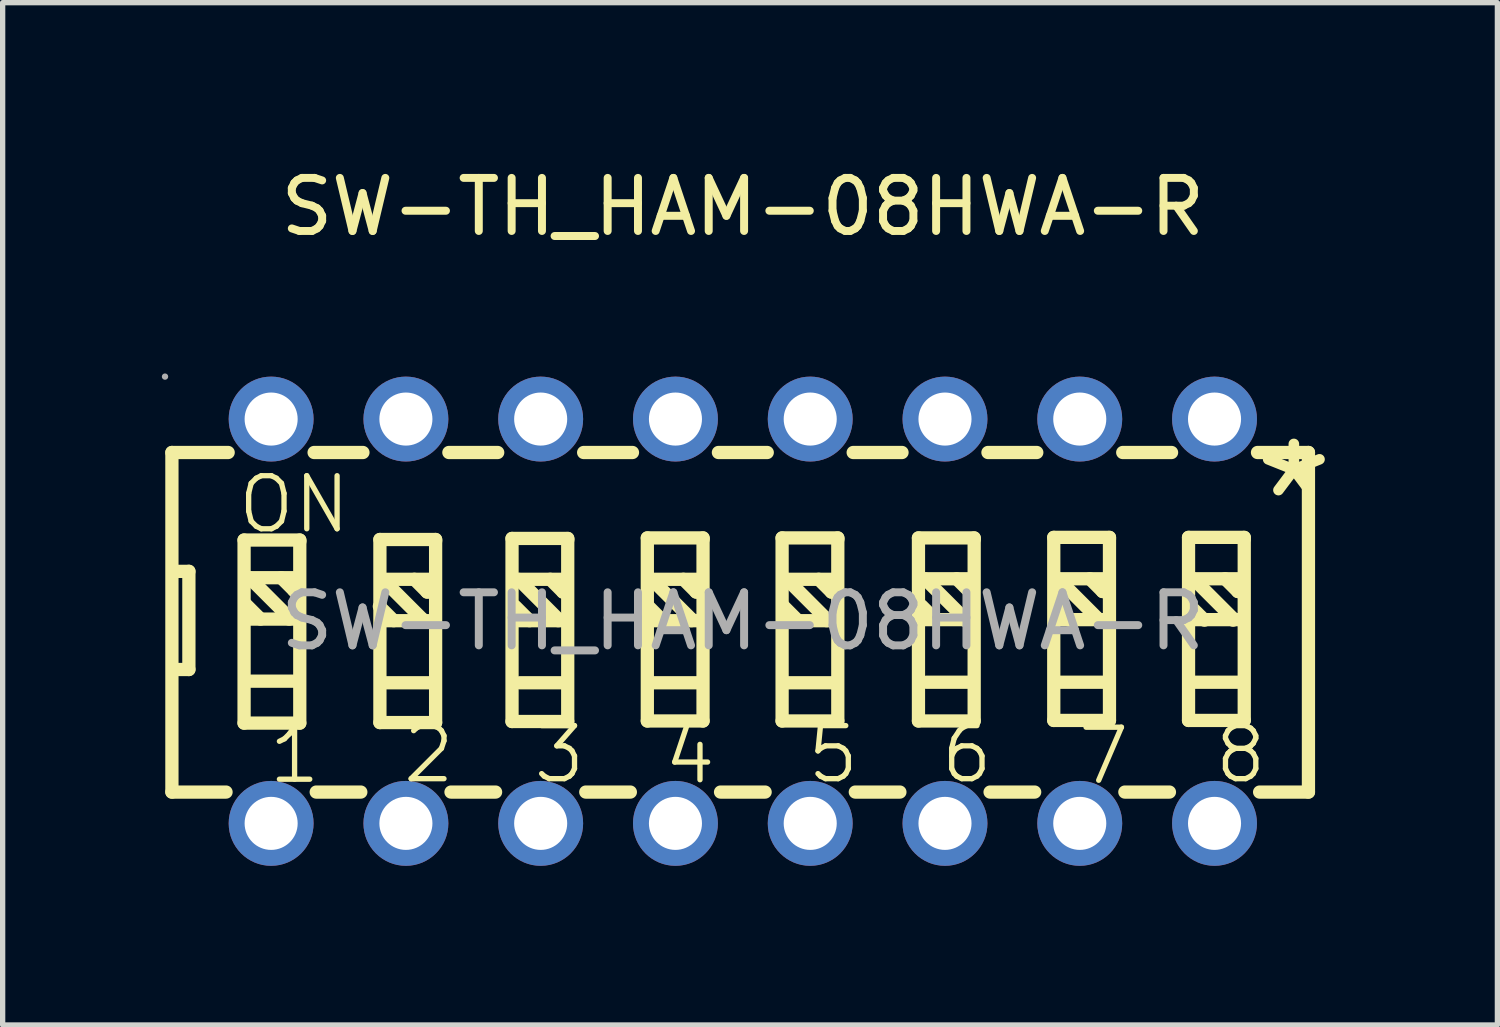
<source format=kicad_pcb>
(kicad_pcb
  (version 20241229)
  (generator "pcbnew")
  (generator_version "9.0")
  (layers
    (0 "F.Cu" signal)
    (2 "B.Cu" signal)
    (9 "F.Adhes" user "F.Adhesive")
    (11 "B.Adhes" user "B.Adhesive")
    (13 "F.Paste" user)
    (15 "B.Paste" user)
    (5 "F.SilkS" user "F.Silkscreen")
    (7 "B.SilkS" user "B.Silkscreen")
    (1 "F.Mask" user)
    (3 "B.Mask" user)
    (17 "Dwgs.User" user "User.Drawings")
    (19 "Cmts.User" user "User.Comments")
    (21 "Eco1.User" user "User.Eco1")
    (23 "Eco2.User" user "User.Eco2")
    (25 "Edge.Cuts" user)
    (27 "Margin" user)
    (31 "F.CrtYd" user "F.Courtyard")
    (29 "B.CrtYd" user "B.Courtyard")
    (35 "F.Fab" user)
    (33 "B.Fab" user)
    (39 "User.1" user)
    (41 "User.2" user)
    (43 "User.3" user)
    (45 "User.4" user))
  (footprint "SW-TH_HAM-08HWA-R"
    (layer "F.Cu")
    (at 10.95 8.658)
    (property "Reference" "SW-TH_HAM-08HWA-R" (at 0 -7.81 0) (layer "F.SilkS") (effects (font (size 1 1) (thickness 0.15))))
    (attr through_hole)
    (fp_line (start -10.76 -3.18) (end -10.76 3.22) (stroke (width 0.25) (type solid)) (layer "F.SilkS"))
    (fp_line (start -10.76 -3.18) (end -9.7 -3.18) (stroke (width 0.25) (type solid)) (layer "F.SilkS"))
    (fp_line (start -10.76 3.22) (end -9.74 3.22) (stroke (width 0.25) (type solid)) (layer "F.SilkS"))
    (fp_line (start -10.74 -0.94) (end -10.44 -0.94) (stroke (width 0.25) (type solid)) (layer "F.SilkS"))
    (fp_line (start -10.44 -0.94) (end -10.44 0.91) (stroke (width 0.25) (type solid)) (layer "F.SilkS"))
    (fp_line (start -10.44 0.91) (end -10.72 0.91) (stroke (width 0.25) (type solid)) (layer "F.SilkS"))
    (fp_line (start -9.4 -1.53) (end -9.4 1.92) (stroke (width 0.25) (type solid)) (layer "F.SilkS"))
    (fp_line (start -9.4 1.92) (end -8.35 1.92) (stroke (width 0.25) (type solid)) (layer "F.SilkS"))
    (fp_line (start -9.3 -0.82) (end -8.55 -0.07) (stroke (width 0.25) (type solid)) (layer "F.SilkS"))
    (fp_line (start -9.29 -0.04) (end -8.42 -0.04) (stroke (width 0.25) (type solid)) (layer "F.SilkS"))
    (fp_line (start -9.27 -0.82) (end -8.4 -0.82) (stroke (width 0.25) (type solid)) (layer "F.SilkS"))
    (fp_line (start -9.27 1.13) (end -8.4 1.13) (stroke (width 0.25) (type solid)) (layer "F.SilkS"))
    (fp_line (start -9.09 -0.04) (end -9.36 -0.31) (stroke (width 0.25) (type solid)) (layer "F.SilkS"))
    (fp_line (start -8.7 -0.82) (end -8.46 -0.58) (stroke (width 0.25) (type solid)) (layer "F.SilkS"))
    (fp_line (start -8.55 -0.07) (end -8.55 -0.04) (stroke (width 0.25) (type solid)) (layer "F.SilkS"))
    (fp_line (start -8.46 -0.58) (end -8.43 -0.58) (stroke (width 0.25) (type solid)) (layer "F.SilkS"))
    (fp_line (start -8.35 -1.53) (end -9.4 -1.53) (stroke (width 0.25) (type solid)) (layer "F.SilkS"))
    (fp_line (start -8.35 -1.5) (end -8.35 -1.53) (stroke (width 0.25) (type solid)) (layer "F.SilkS"))
    (fp_line (start -8.35 1.92) (end -8.35 -1.5) (stroke (width 0.25) (type solid)) (layer "F.SilkS"))
    (fp_line (start -8.08 -3.18) (end -7.16 -3.18) (stroke (width 0.25) (type solid)) (layer "F.SilkS"))
    (fp_line (start -8.04 3.22) (end -7.2 3.22) (stroke (width 0.25) (type solid)) (layer "F.SilkS"))
    (fp_line (start -6.84 -1.54) (end -6.84 1.91) (stroke (width 0.25) (type solid)) (layer "F.SilkS"))
    (fp_line (start -6.84 1.91) (end -5.79 1.91) (stroke (width 0.25) (type solid)) (layer "F.SilkS"))
    (fp_line (start -6.79 -0.79) (end -6.04 -0.04) (stroke (width 0.25) (type solid)) (layer "F.SilkS"))
    (fp_line (start -6.78 -0.01) (end -5.91 -0.01) (stroke (width 0.25) (type solid)) (layer "F.SilkS"))
    (fp_line (start -6.76 -0.79) (end -5.89 -0.79) (stroke (width 0.25) (type solid)) (layer "F.SilkS"))
    (fp_line (start -6.76 1.16) (end -5.89 1.16) (stroke (width 0.25) (type solid)) (layer "F.SilkS"))
    (fp_line (start -6.58 -0.01) (end -6.85 -0.28) (stroke (width 0.25) (type solid)) (layer "F.SilkS"))
    (fp_line (start -6.19 -0.79) (end -5.95 -0.55) (stroke (width 0.25) (type solid)) (layer "F.SilkS"))
    (fp_line (start -6.04 -0.04) (end -6.04 -0.01) (stroke (width 0.25) (type solid)) (layer "F.SilkS"))
    (fp_line (start -5.95 -0.55) (end -5.92 -0.55) (stroke (width 0.25) (type solid)) (layer "F.SilkS"))
    (fp_line (start -5.79 -1.54) (end -6.84 -1.54) (stroke (width 0.25) (type solid)) (layer "F.SilkS"))
    (fp_line (start -5.79 -1.51) (end -5.79 -1.54) (stroke (width 0.25) (type solid)) (layer "F.SilkS"))
    (fp_line (start -5.79 1.91) (end -5.79 -1.51) (stroke (width 0.25) (type solid)) (layer "F.SilkS"))
    (fp_line (start -5.54 -3.18) (end -4.62 -3.18) (stroke (width 0.25) (type solid)) (layer "F.SilkS"))
    (fp_line (start -5.5 3.22) (end -4.66 3.22) (stroke (width 0.25) (type solid)) (layer "F.SilkS"))
    (fp_line (start -4.35 -1.56) (end -4.35 1.89) (stroke (width 0.25) (type solid)) (layer "F.SilkS"))
    (fp_line (start -4.35 1.89) (end -3.3 1.89) (stroke (width 0.25) (type solid)) (layer "F.SilkS"))
    (fp_line (start -4.23 -0.79) (end -3.48 -0.04) (stroke (width 0.25) (type solid)) (layer "F.SilkS"))
    (fp_line (start -4.22 -0.01) (end -3.35 -0.01) (stroke (width 0.25) (type solid)) (layer "F.SilkS"))
    (fp_line (start -4.2 -0.79) (end -3.33 -0.79) (stroke (width 0.25) (type solid)) (layer "F.SilkS"))
    (fp_line (start -4.2 1.16) (end -3.33 1.16) (stroke (width 0.25) (type solid)) (layer "F.SilkS"))
    (fp_line (start -4.02 -0.01) (end -4.29 -0.28) (stroke (width 0.25) (type solid)) (layer "F.SilkS"))
    (fp_line (start -3.63 -0.79) (end -3.39 -0.55) (stroke (width 0.25) (type solid)) (layer "F.SilkS"))
    (fp_line (start -3.48 -0.04) (end -3.48 -0.01) (stroke (width 0.25) (type solid)) (layer "F.SilkS"))
    (fp_line (start -3.39 -0.55) (end -3.36 -0.55) (stroke (width 0.25) (type solid)) (layer "F.SilkS"))
    (fp_line (start -3.3 -1.56) (end -4.35 -1.56) (stroke (width 0.25) (type solid)) (layer "F.SilkS"))
    (fp_line (start -3.3 -1.53) (end -3.3 -1.56) (stroke (width 0.25) (type solid)) (layer "F.SilkS"))
    (fp_line (start -3.3 1.89) (end -3.3 -1.53) (stroke (width 0.25) (type solid)) (layer "F.SilkS"))
    (fp_line (start -3 -3.18) (end -2.08 -3.18) (stroke (width 0.25) (type solid)) (layer "F.SilkS"))
    (fp_line (start -2.96 3.22) (end -2.12 3.22) (stroke (width 0.25) (type solid)) (layer "F.SilkS"))
    (fp_line (start -1.8 -1.57) (end -1.8 1.88) (stroke (width 0.25) (type solid)) (layer "F.SilkS"))
    (fp_line (start -1.8 1.88) (end -0.75 1.88) (stroke (width 0.25) (type solid)) (layer "F.SilkS"))
    (fp_line (start -1.72 -0.79) (end -0.97 -0.04) (stroke (width 0.25) (type solid)) (layer "F.SilkS"))
    (fp_line (start -1.71 -0.01) (end -0.84 -0.01) (stroke (width 0.25) (type solid)) (layer "F.SilkS"))
    (fp_line (start -1.69 -0.79) (end -0.82 -0.79) (stroke (width 0.25) (type solid)) (layer "F.SilkS"))
    (fp_line (start -1.69 1.16) (end -0.82 1.16) (stroke (width 0.25) (type solid)) (layer "F.SilkS"))
    (fp_line (start -1.51 -0.01) (end -1.78 -0.28) (stroke (width 0.25) (type solid)) (layer "F.SilkS"))
    (fp_line (start -1.12 -0.79) (end -0.88 -0.55) (stroke (width 0.25) (type solid)) (layer "F.SilkS"))
    (fp_line (start -0.97 -0.04) (end -0.97 -0.01) (stroke (width 0.25) (type solid)) (layer "F.SilkS"))
    (fp_line (start -0.88 -0.55) (end -0.85 -0.55) (stroke (width 0.25) (type solid)) (layer "F.SilkS"))
    (fp_line (start -0.75 -1.57) (end -1.8 -1.57) (stroke (width 0.25) (type solid)) (layer "F.SilkS"))
    (fp_line (start -0.75 -1.54) (end -0.75 -1.57) (stroke (width 0.25) (type solid)) (layer "F.SilkS"))
    (fp_line (start -0.75 1.88) (end -0.75 -1.54) (stroke (width 0.25) (type solid)) (layer "F.SilkS"))
    (fp_line (start -0.46 -3.18) (end 0.46 -3.18) (stroke (width 0.25) (type solid)) (layer "F.SilkS"))
    (fp_line (start -0.42 3.22) (end 0.42 3.22) (stroke (width 0.25) (type solid)) (layer "F.SilkS"))
    (fp_line (start 0.74 -1.57) (end 0.74 1.88) (stroke (width 0.25) (type solid)) (layer "F.SilkS"))
    (fp_line (start 0.74 1.88) (end 1.79 1.88) (stroke (width 0.25) (type solid)) (layer "F.SilkS"))
    (fp_line (start 0.83 -0.79) (end 1.58 -0.04) (stroke (width 0.25) (type solid)) (layer "F.SilkS"))
    (fp_line (start 0.84 -0.01) (end 1.71 -0.01) (stroke (width 0.25) (type solid)) (layer "F.SilkS"))
    (fp_line (start 0.86 -0.79) (end 1.73 -0.79) (stroke (width 0.25) (type solid)) (layer "F.SilkS"))
    (fp_line (start 0.86 1.16) (end 1.73 1.16) (stroke (width 0.25) (type solid)) (layer "F.SilkS"))
    (fp_line (start 1.04 -0.01) (end 0.77 -0.28) (stroke (width 0.25) (type solid)) (layer "F.SilkS"))
    (fp_line (start 1.43 -0.79) (end 1.67 -0.55) (stroke (width 0.25) (type solid)) (layer "F.SilkS"))
    (fp_line (start 1.58 -0.04) (end 1.58 -0.01) (stroke (width 0.25) (type solid)) (layer "F.SilkS"))
    (fp_line (start 1.67 -0.55) (end 1.7 -0.55) (stroke (width 0.25) (type solid)) (layer "F.SilkS"))
    (fp_line (start 1.79 -1.57) (end 0.74 -1.57) (stroke (width 0.25) (type solid)) (layer "F.SilkS"))
    (fp_line (start 1.79 -1.54) (end 1.79 -1.57) (stroke (width 0.25) (type solid)) (layer "F.SilkS"))
    (fp_line (start 1.79 1.88) (end 1.79 -1.54) (stroke (width 0.25) (type solid)) (layer "F.SilkS"))
    (fp_line (start 2.08 -3.18) (end 3 -3.18) (stroke (width 0.25) (type solid)) (layer "F.SilkS"))
    (fp_line (start 2.12 3.22) (end 2.96 3.22) (stroke (width 0.25) (type solid)) (layer "F.SilkS"))
    (fp_line (start 3.31 -1.57) (end 3.31 1.88) (stroke (width 0.25) (type solid)) (layer "F.SilkS"))
    (fp_line (start 3.31 1.88) (end 4.36 1.88) (stroke (width 0.25) (type solid)) (layer "F.SilkS"))
    (fp_line (start 3.43 -0.8) (end 4.18 -0.05) (stroke (width 0.25) (type solid)) (layer "F.SilkS"))
    (fp_line (start 3.44 -0.03) (end 4.31 -0.03) (stroke (width 0.25) (type solid)) (layer "F.SilkS"))
    (fp_line (start 3.46 -0.8) (end 4.33 -0.8) (stroke (width 0.25) (type solid)) (layer "F.SilkS"))
    (fp_line (start 3.46 1.15) (end 4.33 1.15) (stroke (width 0.25) (type solid)) (layer "F.SilkS"))
    (fp_line (start 3.64 -0.02) (end 3.37 -0.29) (stroke (width 0.25) (type solid)) (layer "F.SilkS"))
    (fp_line (start 4.03 -0.8) (end 4.27 -0.56) (stroke (width 0.25) (type solid)) (layer "F.SilkS"))
    (fp_line (start 4.18 -0.05) (end 4.18 -0.02) (stroke (width 0.25) (type solid)) (layer "F.SilkS"))
    (fp_line (start 4.27 -0.56) (end 4.3 -0.56) (stroke (width 0.25) (type solid)) (layer "F.SilkS"))
    (fp_line (start 4.36 -1.57) (end 3.31 -1.57) (stroke (width 0.25) (type solid)) (layer "F.SilkS"))
    (fp_line (start 4.36 -1.54) (end 4.36 -1.57) (stroke (width 0.25) (type solid)) (layer "F.SilkS"))
    (fp_line (start 4.36 1.88) (end 4.36 -1.54) (stroke (width 0.25) (type solid)) (layer "F.SilkS"))
    (fp_line (start 4.62 -3.18) (end 5.54 -3.18) (stroke (width 0.25) (type solid)) (layer "F.SilkS"))
    (fp_line (start 4.66 3.22) (end 5.5 3.22) (stroke (width 0.25) (type solid)) (layer "F.SilkS"))
    (fp_line (start 5.86 -1.58) (end 5.86 1.87) (stroke (width 0.25) (type solid)) (layer "F.SilkS"))
    (fp_line (start 5.86 1.87) (end 6.91 1.87) (stroke (width 0.25) (type solid)) (layer "F.SilkS"))
    (fp_line (start 5.94 -0.8) (end 6.69 -0.05) (stroke (width 0.25) (type solid)) (layer "F.SilkS"))
    (fp_line (start 5.95 -0.03) (end 6.82 -0.03) (stroke (width 0.25) (type solid)) (layer "F.SilkS"))
    (fp_line (start 5.97 -0.8) (end 6.84 -0.8) (stroke (width 0.25) (type solid)) (layer "F.SilkS"))
    (fp_line (start 5.97 1.15) (end 6.84 1.15) (stroke (width 0.25) (type solid)) (layer "F.SilkS"))
    (fp_line (start 6.15 -0.02) (end 5.88 -0.29) (stroke (width 0.25) (type solid)) (layer "F.SilkS"))
    (fp_line (start 6.54 -0.8) (end 6.78 -0.56) (stroke (width 0.25) (type solid)) (layer "F.SilkS"))
    (fp_line (start 6.69 -0.05) (end 6.69 -0.02) (stroke (width 0.25) (type solid)) (layer "F.SilkS"))
    (fp_line (start 6.78 -0.56) (end 6.81 -0.56) (stroke (width 0.25) (type solid)) (layer "F.SilkS"))
    (fp_line (start 6.91 -1.58) (end 5.86 -1.58) (stroke (width 0.25) (type solid)) (layer "F.SilkS"))
    (fp_line (start 6.91 -1.55) (end 6.91 -1.58) (stroke (width 0.25) (type solid)) (layer "F.SilkS"))
    (fp_line (start 6.91 1.87) (end 6.91 -1.55) (stroke (width 0.25) (type solid)) (layer "F.SilkS"))
    (fp_line (start 7.16 -3.18) (end 8.08 -3.18) (stroke (width 0.25) (type solid)) (layer "F.SilkS"))
    (fp_line (start 7.2 3.22) (end 8.04 3.22) (stroke (width 0.25) (type solid)) (layer "F.SilkS"))
    (fp_line (start 8.4 -1.58) (end 8.4 1.87) (stroke (width 0.25) (type solid)) (layer "F.SilkS"))
    (fp_line (start 8.4 1.87) (end 9.45 1.87) (stroke (width 0.25) (type solid)) (layer "F.SilkS"))
    (fp_line (start 8.49 -0.8) (end 9.24 -0.05) (stroke (width 0.25) (type solid)) (layer "F.SilkS"))
    (fp_line (start 8.5 -0.03) (end 9.37 -0.03) (stroke (width 0.25) (type solid)) (layer "F.SilkS"))
    (fp_line (start 8.52 -0.8) (end 9.39 -0.8) (stroke (width 0.25) (type solid)) (layer "F.SilkS"))
    (fp_line (start 8.52 1.15) (end 9.39 1.15) (stroke (width 0.25) (type solid)) (layer "F.SilkS"))
    (fp_line (start 8.7 -0.02) (end 8.43 -0.29) (stroke (width 0.25) (type solid)) (layer "F.SilkS"))
    (fp_line (start 9.09 -0.8) (end 9.33 -0.56) (stroke (width 0.25) (type solid)) (layer "F.SilkS"))
    (fp_line (start 9.24 -0.05) (end 9.24 -0.02) (stroke (width 0.25) (type solid)) (layer "F.SilkS"))
    (fp_line (start 9.33 -0.56) (end 9.36 -0.56) (stroke (width 0.25) (type solid)) (layer "F.SilkS"))
    (fp_line (start 9.45 -1.58) (end 8.4 -1.58) (stroke (width 0.25) (type solid)) (layer "F.SilkS"))
    (fp_line (start 9.45 -1.55) (end 9.45 -1.58) (stroke (width 0.25) (type solid)) (layer "F.SilkS"))
    (fp_line (start 9.45 1.87) (end 9.45 -1.55) (stroke (width 0.25) (type solid)) (layer "F.SilkS"))
    (fp_line (start 9.7 -3.18) (end 10.66 -3.18) (stroke (width 0.25) (type solid)) (layer "F.SilkS"))
    (fp_line (start 9.74 3.22) (end 10.66 3.22) (stroke (width 0.25) (type solid)) (layer "F.SilkS"))
    (fp_line (start 10.66 -3.18) (end 10.66 3.22) (stroke (width 0.25) (type solid)) (layer "F.SilkS"))
    (fp_circle (center -10.89 -4.61) (end -10.86 -4.61) (stroke (width 0.06) (type solid)) (fill no) (layer "F.Fab"))
    (fp_circle (center -8.89 -3.81) (end -8.69 -3.81) (stroke (width 0.4) (type solid)) (fill no) (layer "F.Fab"))
    (fp_circle (center -8.89 3.81) (end -8.69 3.81) (stroke (width 0.4) (type solid)) (fill no) (layer "F.Fab"))
    (fp_circle (center -6.35 -3.81) (end -6.15 -3.81) (stroke (width 0.4) (type solid)) (fill no) (layer "F.Fab"))
    (fp_circle (center -6.35 3.81) (end -6.15 3.81) (stroke (width 0.4) (type solid)) (fill no) (layer "F.Fab"))
    (fp_circle (center -3.81 -3.81) (end -3.61 -3.81) (stroke (width 0.4) (type solid)) (fill no) (layer "F.Fab"))
    (fp_circle (center -3.81 3.81) (end -3.61 3.81) (stroke (width 0.4) (type solid)) (fill no) (layer "F.Fab"))
    (fp_circle (center -1.27 -3.81) (end -1.07 -3.81) (stroke (width 0.4) (type solid)) (fill no) (layer "F.Fab"))
    (fp_circle (center -1.27 3.81) (end -1.07 3.81) (stroke (width 0.4) (type solid)) (fill no) (layer "F.Fab"))
    (fp_circle (center 1.27 -3.81) (end 1.47 -3.81) (stroke (width 0.4) (type solid)) (fill no) (layer "F.Fab"))
    (fp_circle (center 1.27 3.81) (end 1.47 3.81) (stroke (width 0.4) (type solid)) (fill no) (layer "F.Fab"))
    (fp_circle (center 3.81 -3.81) (end 4.01 -3.81) (stroke (width 0.4) (type solid)) (fill no) (layer "F.Fab"))
    (fp_circle (center 3.81 3.81) (end 4.01 3.81) (stroke (width 0.4) (type solid)) (fill no) (layer "F.Fab"))
    (fp_circle (center 6.35 -3.81) (end 6.55 -3.81) (stroke (width 0.4) (type solid)) (fill no) (layer "F.Fab"))
    (fp_circle (center 6.35 3.81) (end 6.55 3.81) (stroke (width 0.4) (type solid)) (fill no) (layer "F.Fab"))
    (fp_circle (center 8.89 -3.81) (end 9.09 -3.81) (stroke (width 0.4) (type solid)) (fill no) (layer "F.Fab"))
    (fp_circle (center 8.89 3.81) (end 9.09 3.81) (stroke (width 0.4) (type solid)) (fill no) (layer "F.Fab"))
    (fp_text user "*" (at 9.48 -2.24 0) (layer "F.SilkS") (effects (font (size 2.03 2.03) (thickness 0.2)) (justify left)))
    (fp_text user "2" (at -6.46 2.51 0) (layer "F.SilkS") (effects (font (size 1 1) (thickness 0.1)) (justify left)))
    (fp_text user "6" (at 3.68 2.51 0) (layer "F.SilkS") (effects (font (size 1 1) (thickness 0.1)) (justify left)))
    (fp_text user "1" (at -8.99 2.52 0) (layer "F.SilkS") (effects (font (size 1 1) (thickness 0.1)) (justify left)))
    (fp_text user "5" (at 1.16 2.51 0) (layer "F.SilkS") (effects (font (size 1 1) (thickness 0.1)) (justify left)))
    (fp_text user "3" (at -4 2.51 0) (layer "F.SilkS") (effects (font (size 1 1) (thickness 0.1)) (justify left)))
    (fp_text user "4" (at -1.54 2.53 0) (layer "F.SilkS") (effects (font (size 1 1) (thickness 0.1)) (justify left)))
    (fp_text user "7" (at 6.26 2.54 0) (layer "F.SilkS") (effects (font (size 1 1) (thickness 0.1)) (justify left)))
    (fp_text user "8" (at 8.84 2.51 0) (layer "F.SilkS") (effects (font (size 1 1) (thickness 0.1)) (justify left)))
    (fp_text user "ON" (at -9.57 -2.2 0) (layer "F.SilkS") (effects (font (size 1 1) (thickness 0.1)) (justify left)))
    (fp_text user "${REFERENCE}" (at 0 0 0) (layer "F.Fab") (effects (font (size 1 1) (thickness 0.15))))
    (pad "1" thru_hole circle (at -8.89 -3.81 180) (size 1.6 1.6) (drill 1) (layers "*.Cu" "*.Paste" "*.Mask"))
    (pad "2" thru_hole circle (at -6.35 -3.81 180) (size 1.6 1.6) (drill 1) (layers "*.Cu" "*.Paste" "*.Mask"))
    (pad "3" thru_hole circle (at -3.81 -3.81 180) (size 1.6 1.6) (drill 1) (layers "*.Cu" "*.Paste" "*.Mask"))
    (pad "4" thru_hole circle (at -1.27 -3.81 180) (size 1.6 1.6) (drill 1) (layers "*.Cu" "*.Paste" "*.Mask"))
    (pad "5" thru_hole circle (at 1.27 -3.81 180) (size 1.6 1.6) (drill 1) (layers "*.Cu" "*.Paste" "*.Mask"))
    (pad "6" thru_hole circle (at 3.81 -3.81 180) (size 1.6 1.6) (drill 1) (layers "*.Cu" "*.Paste" "*.Mask"))
    (pad "7" thru_hole circle (at 6.35 -3.81 180) (size 1.6 1.6) (drill 1) (layers "*.Cu" "*.Paste" "*.Mask"))
    (pad "8" thru_hole circle (at 8.89 -3.81 180) (size 1.6 1.6) (drill 1) (layers "*.Cu" "*.Paste" "*.Mask"))
    (pad "9" thru_hole circle (at -8.89 3.81) (size 1.6 1.6) (drill 1) (layers "*.Cu" "*.Paste" "*.Mask"))
    (pad "10" thru_hole circle (at -6.35 3.81) (size 1.6 1.6) (drill 1) (layers "*.Cu" "*.Paste" "*.Mask"))
    (pad "11" thru_hole circle (at -3.81 3.81) (size 1.6 1.6) (drill 1) (layers "*.Cu" "*.Paste" "*.Mask"))
    (pad "12" thru_hole circle (at -1.27 3.81) (size 1.6 1.6) (drill 1) (layers "*.Cu" "*.Paste" "*.Mask"))
    (pad "13" thru_hole circle (at 1.27 3.81) (size 1.6 1.6) (drill 1) (layers "*.Cu" "*.Paste" "*.Mask"))
    (pad "14" thru_hole circle (at 3.81 3.81) (size 1.6 1.6) (drill 1) (layers "*.Cu" "*.Paste" "*.Mask"))
    (pad "15" thru_hole circle (at 6.35 3.81) (size 1.6 1.6) (drill 1) (layers "*.Cu" "*.Paste" "*.Mask"))
    (pad "16" thru_hole circle (at 8.89 3.81) (size 1.6 1.6) (drill 1) (layers "*.Cu" "*.Paste" "*.Mask")))
  (gr_rect
    (start -3 -3)
    (end 25.171 16.268)
    (stroke (width 0.1) (type default))
    (fill no)
    (layer "Edge.Cuts")))
</source>
